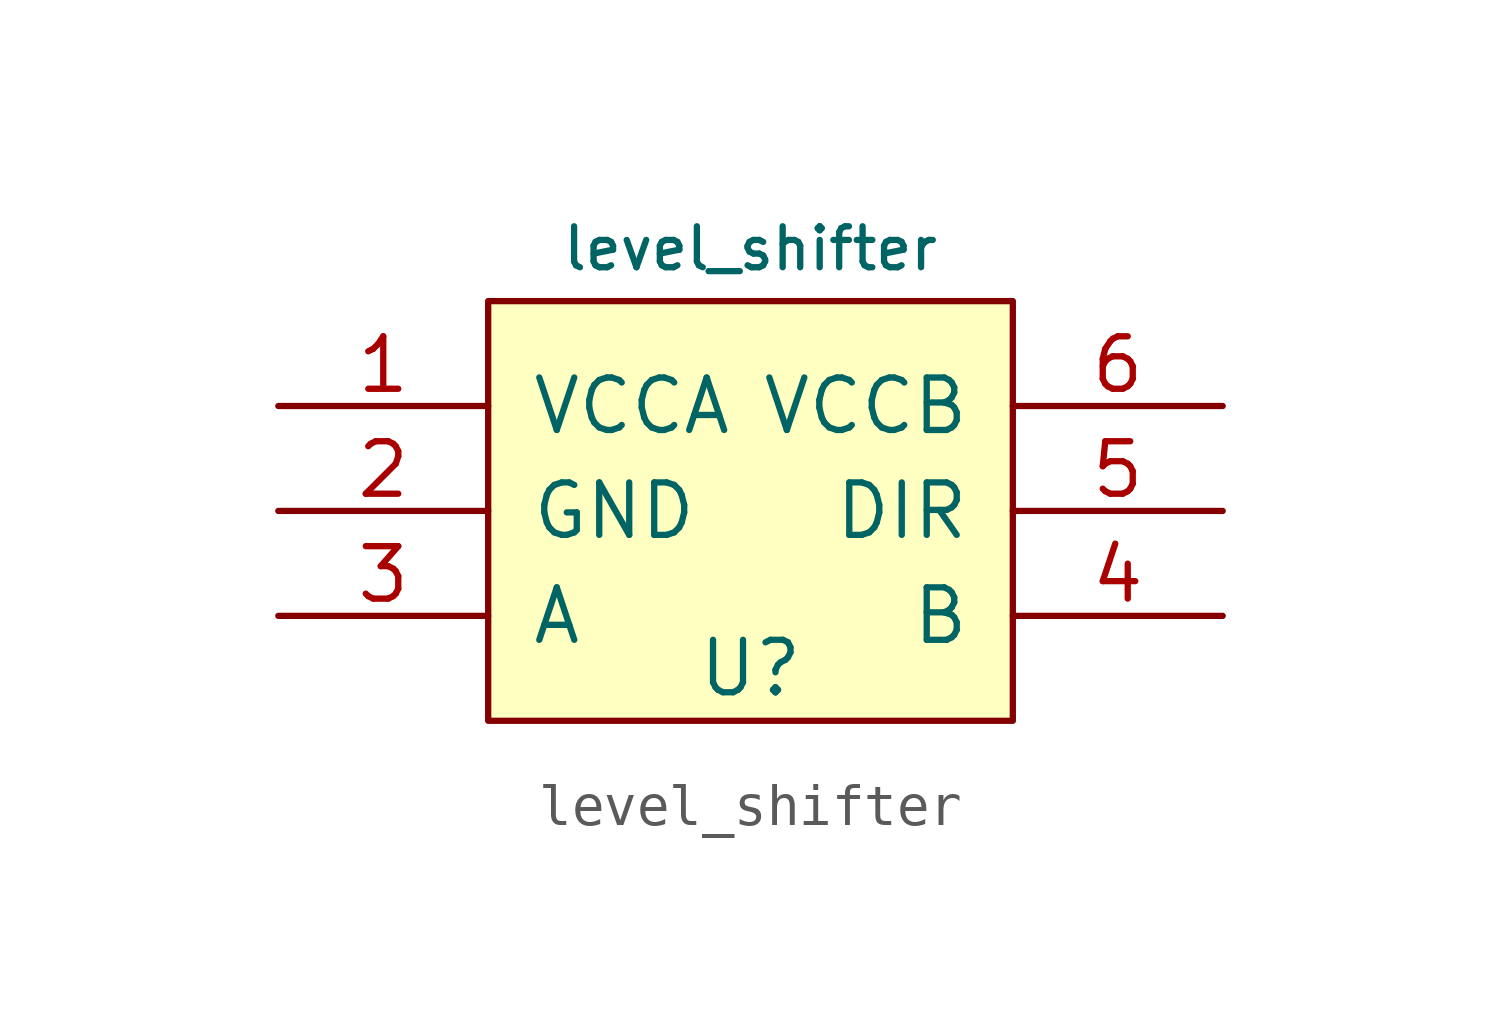
<source format=kicad_sym>
(kicad_symbol_lib
  (version 20211014)
  (generator kicad_symbol_editor)
  (symbol "level_shifter"
    (pin_names
      (offset 1.016))
    (property "Reference" "U"
      (at 5.08 -6.35 0)
      (effects (font (size 1.27 1.27))))
    (property "Value" "level_shifter"
      (at 5.08 3.81 0)
      (effects (font (size 0.991 0.991))))
    (symbol "level_shifter_0_1"
      (rectangle (start -1.27 2.54) (end 11.43 -7.62) (stroke (width 0) (type default) (color 0 0 0 0)) (fill (type background))))
    (symbol "level_shifter_1_1"
      (pin input line (at -6.35 0 0) (length 5.08) (name "VCCA" (effects (font (size 1.27 1.27)))) (number "1" (effects (font (size 1.27 1.27)))))
      (pin input line (at -6.35 -2.54 0) (length 5.08) (name "GND" (effects (font (size 1.27 1.27)))) (number "2" (effects (font (size 1.27 1.27)))))
      (pin input line (at -6.35 -5.08 0) (length 5.08) (name "A" (effects (font (size 1.27 1.27)))) (number "3" (effects (font (size 1.27 1.27)))))
      (pin input line (at 16.51 -5.08 180) (length 5.08) (name "B" (effects (font (size 1.27 1.27)))) (number "4" (effects (font (size 1.27 1.27)))))
      (pin input line (at 16.51 -2.54 180) (length 5.08) (name "DIR" (effects (font (size 1.27 1.27)))) (number "5" (effects (font (size 1.27 1.27)))))
      (pin input line (at 16.51 0 180) (length 5.08) (name "VCCB" (effects (font (size 1.27 1.27)))) (number "6" (effects (font (size 1.27 1.27))))))))
</source>
